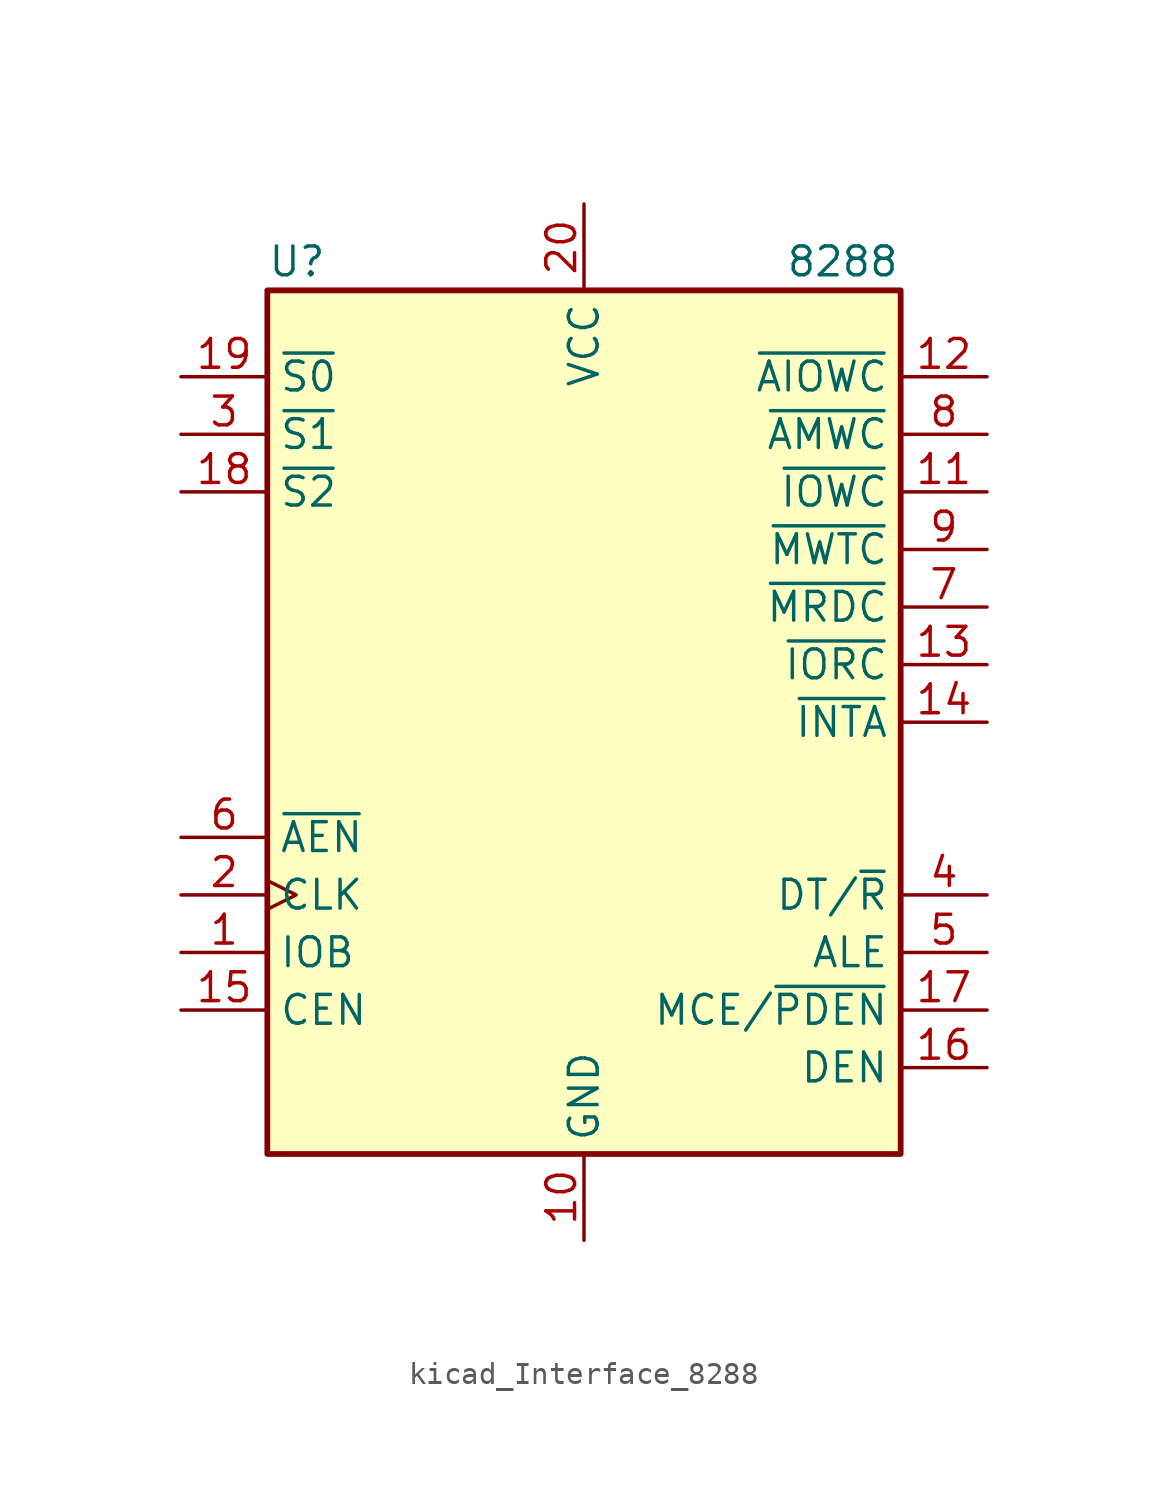
<source format=kicad_sym>
(kicad_symbol_lib
  (version 20220914)
  (generator kicad_symbol_editor)
  (symbol "kicad_Interface_8288"
    (property "Reference" "U"
      (at -13.97 20.32 0)
      (effects (font (size 1.27 1.27)) (justify left)))
    (property "Value" "8288"
      (at 8.89 20.32 0)
      (effects (font (size 1.27 1.27)) (justify left)))
    (symbol "kicad_Interface_8288_0_0"
      (rectangle (start -13.97 -19.05) (end 13.97 19.05) (stroke (width 0.254) (type default)) (fill (type background))))
    (symbol "kicad_Interface_8288_1_1"
      (pin input line (at -17.78 -10.16 0) (length 3.81) (name "IOB" (effects (font (size 1.27 1.27)))) (number "1" (effects (font (size 1.27 1.27)))))
      (pin power_in line (at 0 -22.86 90) (length 3.81) (name "GND" (effects (font (size 1.27 1.27)))) (number "10" (effects (font (size 1.27 1.27)))))
      (pin tri_state line (at 17.78 10.16 180) (length 3.81) (name "~{IOWC}" (effects (font (size 1.27 1.27)))) (number "11" (effects (font (size 1.27 1.27)))))
      (pin tri_state line (at 17.78 15.24 180) (length 3.81) (name "~{AIOWC}" (effects (font (size 1.27 1.27)))) (number "12" (effects (font (size 1.27 1.27)))))
      (pin tri_state line (at 17.78 2.54 180) (length 3.81) (name "~{IORC}" (effects (font (size 1.27 1.27)))) (number "13" (effects (font (size 1.27 1.27)))))
      (pin tri_state line (at 17.78 0 180) (length 3.81) (name "~{INTA}" (effects (font (size 1.27 1.27)))) (number "14" (effects (font (size 1.27 1.27)))))
      (pin input line (at -17.78 -12.7 0) (length 3.81) (name "CEN" (effects (font (size 1.27 1.27)))) (number "15" (effects (font (size 1.27 1.27)))))
      (pin output line (at 17.78 -15.24 180) (length 3.81) (name "DEN" (effects (font (size 1.27 1.27)))) (number "16" (effects (font (size 1.27 1.27)))))
      (pin output line (at 17.78 -12.7 180) (length 3.81) (name "MCE/~{PDEN}" (effects (font (size 1.27 1.27)))) (number "17" (effects (font (size 1.27 1.27)))))
      (pin input line (at -17.78 10.16 0) (length 3.81) (name "~{S2}" (effects (font (size 1.27 1.27)))) (number "18" (effects (font (size 1.27 1.27)))))
      (pin input line (at -17.78 15.24 0) (length 3.81) (name "~{S0}" (effects (font (size 1.27 1.27)))) (number "19" (effects (font (size 1.27 1.27)))))
      (pin input clock (at -17.78 -7.62 0) (length 3.81) (name "CLK" (effects (font (size 1.27 1.27)))) (number "2" (effects (font (size 1.27 1.27)))))
      (pin power_in line (at 0 22.86 270) (length 3.81) (name "VCC" (effects (font (size 1.27 1.27)))) (number "20" (effects (font (size 1.27 1.27)))))
      (pin input line (at -17.78 12.7 0) (length 3.81) (name "~{S1}" (effects (font (size 1.27 1.27)))) (number "3" (effects (font (size 1.27 1.27)))))
      (pin output line (at 17.78 -7.62 180) (length 3.81) (name "DT/~{R}" (effects (font (size 1.27 1.27)))) (number "4" (effects (font (size 1.27 1.27)))))
      (pin output line (at 17.78 -10.16 180) (length 3.81) (name "ALE" (effects (font (size 1.27 1.27)))) (number "5" (effects (font (size 1.27 1.27)))))
      (pin input line (at -17.78 -5.08 0) (length 3.81) (name "~{AEN}" (effects (font (size 1.27 1.27)))) (number "6" (effects (font (size 1.27 1.27)))))
      (pin tri_state line (at 17.78 5.08 180) (length 3.81) (name "~{MRDC}" (effects (font (size 1.27 1.27)))) (number "7" (effects (font (size 1.27 1.27)))))
      (pin tri_state line (at 17.78 12.7 180) (length 3.81) (name "~{AMWC}" (effects (font (size 1.27 1.27)))) (number "8" (effects (font (size 1.27 1.27)))))
      (pin tri_state line (at 17.78 7.62 180) (length 3.81) (name "~{MWTC}" (effects (font (size 1.27 1.27)))) (number "9" (effects (font (size 1.27 1.27))))))))
</source>
